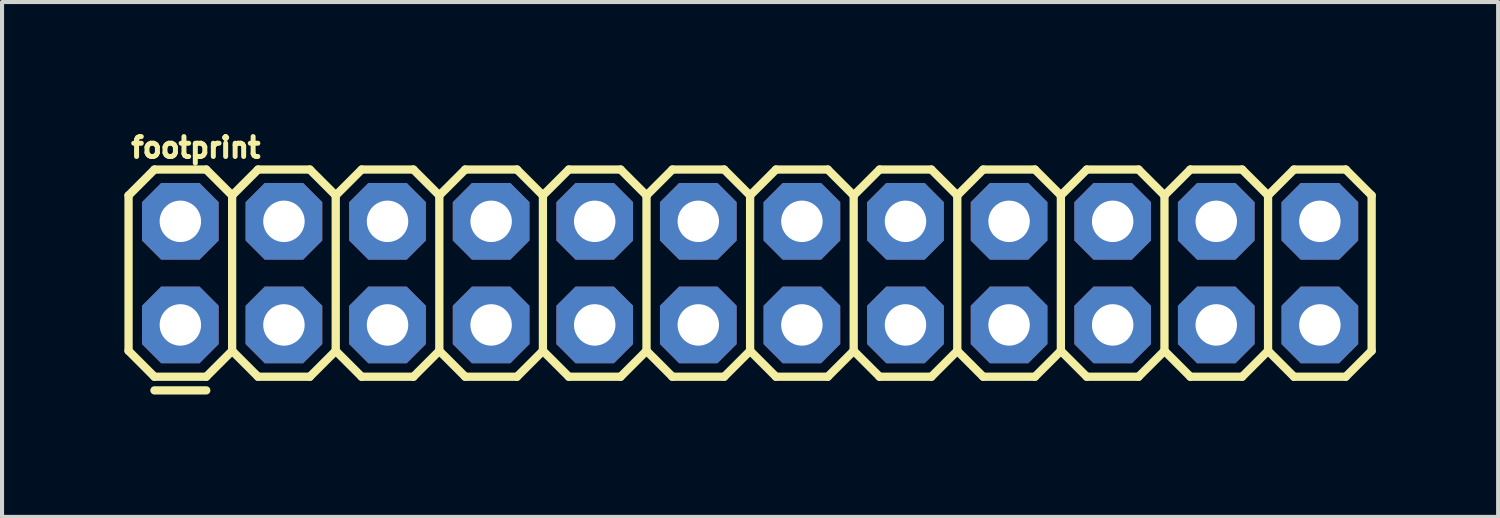
<source format=kicad_pcb>
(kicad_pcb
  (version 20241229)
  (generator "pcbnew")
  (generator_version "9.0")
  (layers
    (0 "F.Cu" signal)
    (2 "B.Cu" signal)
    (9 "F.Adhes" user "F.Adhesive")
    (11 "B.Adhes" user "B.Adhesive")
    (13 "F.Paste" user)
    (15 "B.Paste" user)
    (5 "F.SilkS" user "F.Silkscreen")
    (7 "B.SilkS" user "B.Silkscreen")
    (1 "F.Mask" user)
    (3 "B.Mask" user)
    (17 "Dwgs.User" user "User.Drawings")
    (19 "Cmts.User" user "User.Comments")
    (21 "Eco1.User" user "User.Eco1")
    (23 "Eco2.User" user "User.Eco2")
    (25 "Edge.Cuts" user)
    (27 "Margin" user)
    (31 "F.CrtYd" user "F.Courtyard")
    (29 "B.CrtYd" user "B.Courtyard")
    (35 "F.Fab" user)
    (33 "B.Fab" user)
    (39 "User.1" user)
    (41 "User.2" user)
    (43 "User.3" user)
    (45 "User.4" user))
  (footprint "footprint"
    (layer "F.Cu")
    (at 1.372 4.917)
    (property "Reference" "footprint" (at -1.27 -4.064 0) (layer "F.SilkS") (effects (font (size 0.488 0.488) (thickness 0.122)) (justify left bottom)))
    (fp_line (start -1.27 -3.175) (end -0.635 -3.81) (stroke (width 0.203) (type solid)) (layer "F.SilkS"))
    (fp_line (start -1.27 0.635) (end -1.27 -3.175) (stroke (width 0.203) (type solid)) (layer "F.SilkS"))
    (fp_line (start -1.27 0.635) (end -0.635 1.27) (stroke (width 0.203) (type solid)) (layer "F.SilkS"))
    (fp_line (start -0.635 -3.81) (end 0.635 -3.81) (stroke (width 0.203) (type solid)) (layer "F.SilkS"))
    (fp_line (start -0.635 1.27) (end 0.635 1.27) (stroke (width 0.203) (type solid)) (layer "F.SilkS"))
    (fp_line (start 0.635 -3.81) (end 1.27 -3.175) (stroke (width 0.203) (type solid)) (layer "F.SilkS"))
    (fp_line (start 0.635 1.27) (end 1.27 0.635) (stroke (width 0.203) (type solid)) (layer "F.SilkS"))
    (fp_line (start 0.635 1.605) (end -0.635 1.605) (stroke (width 0.203) (type solid)) (layer "F.SilkS"))
    (fp_line (start 1.27 -3.175) (end 1.27 0.635) (stroke (width 0.203) (type solid)) (layer "F.SilkS"))
    (fp_line (start 1.27 -3.175) (end 1.905 -3.81) (stroke (width 0.203) (type solid)) (layer "F.SilkS"))
    (fp_line (start 1.27 0.635) (end 1.905 1.27) (stroke (width 0.203) (type solid)) (layer "F.SilkS"))
    (fp_line (start 1.905 -3.81) (end 3.175 -3.81) (stroke (width 0.203) (type solid)) (layer "F.SilkS"))
    (fp_line (start 1.905 1.27) (end 3.175 1.27) (stroke (width 0.203) (type solid)) (layer "F.SilkS"))
    (fp_line (start 3.175 -3.81) (end 3.81 -3.175) (stroke (width 0.203) (type solid)) (layer "F.SilkS"))
    (fp_line (start 3.175 1.27) (end 3.81 0.635) (stroke (width 0.203) (type solid)) (layer "F.SilkS"))
    (fp_line (start 3.81 -3.175) (end 3.81 0.635) (stroke (width 0.203) (type solid)) (layer "F.SilkS"))
    (fp_line (start 3.81 -3.175) (end 4.445 -3.81) (stroke (width 0.203) (type solid)) (layer "F.SilkS"))
    (fp_line (start 3.81 0.635) (end 4.445 1.27) (stroke (width 0.203) (type solid)) (layer "F.SilkS"))
    (fp_line (start 4.445 -3.81) (end 5.715 -3.81) (stroke (width 0.203) (type solid)) (layer "F.SilkS"))
    (fp_line (start 4.445 1.27) (end 5.715 1.27) (stroke (width 0.203) (type solid)) (layer "F.SilkS"))
    (fp_line (start 5.715 -3.81) (end 6.35 -3.175) (stroke (width 0.203) (type solid)) (layer "F.SilkS"))
    (fp_line (start 5.715 1.27) (end 6.35 0.635) (stroke (width 0.203) (type solid)) (layer "F.SilkS"))
    (fp_line (start 6.35 -3.175) (end 6.985 -3.81) (stroke (width 0.203) (type solid)) (layer "F.SilkS"))
    (fp_line (start 6.35 0.635) (end 6.35 -3.175) (stroke (width 0.203) (type solid)) (layer "F.SilkS"))
    (fp_line (start 6.35 0.635) (end 6.985 1.27) (stroke (width 0.203) (type solid)) (layer "F.SilkS"))
    (fp_line (start 6.985 -3.81) (end 8.255 -3.81) (stroke (width 0.203) (type solid)) (layer "F.SilkS"))
    (fp_line (start 6.985 1.27) (end 8.255 1.27) (stroke (width 0.203) (type solid)) (layer "F.SilkS"))
    (fp_line (start 8.255 -3.81) (end 8.89 -3.175) (stroke (width 0.203) (type solid)) (layer "F.SilkS"))
    (fp_line (start 8.255 1.27) (end 8.89 0.635) (stroke (width 0.203) (type solid)) (layer "F.SilkS"))
    (fp_line (start 8.89 -3.175) (end 8.89 0.635) (stroke (width 0.203) (type solid)) (layer "F.SilkS"))
    (fp_line (start 8.89 -3.175) (end 9.525 -3.81) (stroke (width 0.203) (type solid)) (layer "F.SilkS"))
    (fp_line (start 8.89 0.635) (end 9.525 1.27) (stroke (width 0.203) (type solid)) (layer "F.SilkS"))
    (fp_line (start 9.525 -3.81) (end 10.795 -3.81) (stroke (width 0.203) (type solid)) (layer "F.SilkS"))
    (fp_line (start 9.525 1.27) (end 10.795 1.27) (stroke (width 0.203) (type solid)) (layer "F.SilkS"))
    (fp_line (start 10.795 -3.81) (end 11.43 -3.175) (stroke (width 0.203) (type solid)) (layer "F.SilkS"))
    (fp_line (start 10.795 1.27) (end 11.43 0.635) (stroke (width 0.203) (type solid)) (layer "F.SilkS"))
    (fp_line (start 11.43 -3.175) (end 11.43 0.635) (stroke (width 0.203) (type solid)) (layer "F.SilkS"))
    (fp_line (start 11.43 -3.175) (end 12.065 -3.81) (stroke (width 0.203) (type solid)) (layer "F.SilkS"))
    (fp_line (start 11.43 0.635) (end 12.065 1.27) (stroke (width 0.203) (type solid)) (layer "F.SilkS"))
    (fp_line (start 12.065 -3.81) (end 13.335 -3.81) (stroke (width 0.203) (type solid)) (layer "F.SilkS"))
    (fp_line (start 12.065 1.27) (end 13.335 1.27) (stroke (width 0.203) (type solid)) (layer "F.SilkS"))
    (fp_line (start 13.335 -3.81) (end 13.97 -3.175) (stroke (width 0.203) (type solid)) (layer "F.SilkS"))
    (fp_line (start 13.335 1.27) (end 13.97 0.635) (stroke (width 0.203) (type solid)) (layer "F.SilkS"))
    (fp_line (start 13.97 -3.175) (end 14.605 -3.81) (stroke (width 0.203) (type solid)) (layer "F.SilkS"))
    (fp_line (start 13.97 0.635) (end 13.97 -3.175) (stroke (width 0.203) (type solid)) (layer "F.SilkS"))
    (fp_line (start 13.97 0.635) (end 14.605 1.27) (stroke (width 0.203) (type solid)) (layer "F.SilkS"))
    (fp_line (start 14.605 -3.81) (end 15.875 -3.81) (stroke (width 0.203) (type solid)) (layer "F.SilkS"))
    (fp_line (start 14.605 1.27) (end 15.875 1.27) (stroke (width 0.203) (type solid)) (layer "F.SilkS"))
    (fp_line (start 15.875 -3.81) (end 16.51 -3.175) (stroke (width 0.203) (type solid)) (layer "F.SilkS"))
    (fp_line (start 15.875 1.27) (end 16.51 0.635) (stroke (width 0.203) (type solid)) (layer "F.SilkS"))
    (fp_line (start 16.51 -3.175) (end 16.51 0.635) (stroke (width 0.203) (type solid)) (layer "F.SilkS"))
    (fp_line (start 16.51 -3.175) (end 17.145 -3.81) (stroke (width 0.203) (type solid)) (layer "F.SilkS"))
    (fp_line (start 16.51 0.635) (end 17.145 1.27) (stroke (width 0.203) (type solid)) (layer "F.SilkS"))
    (fp_line (start 17.145 -3.81) (end 18.415 -3.81) (stroke (width 0.203) (type solid)) (layer "F.SilkS"))
    (fp_line (start 17.145 1.27) (end 18.415 1.27) (stroke (width 0.203) (type solid)) (layer "F.SilkS"))
    (fp_line (start 18.415 -3.81) (end 19.05 -3.175) (stroke (width 0.203) (type solid)) (layer "F.SilkS"))
    (fp_line (start 18.415 1.27) (end 19.05 0.635) (stroke (width 0.203) (type solid)) (layer "F.SilkS"))
    (fp_line (start 19.05 -3.175) (end 19.05 0.635) (stroke (width 0.203) (type solid)) (layer "F.SilkS"))
    (fp_line (start 19.05 -3.175) (end 19.685 -3.81) (stroke (width 0.203) (type solid)) (layer "F.SilkS"))
    (fp_line (start 19.05 0.635) (end 19.685 1.27) (stroke (width 0.203) (type solid)) (layer "F.SilkS"))
    (fp_line (start 19.685 -3.81) (end 20.955 -3.81) (stroke (width 0.203) (type solid)) (layer "F.SilkS"))
    (fp_line (start 19.685 1.27) (end 20.955 1.27) (stroke (width 0.203) (type solid)) (layer "F.SilkS"))
    (fp_line (start 20.955 -3.81) (end 21.59 -3.175) (stroke (width 0.203) (type solid)) (layer "F.SilkS"))
    (fp_line (start 20.955 1.27) (end 21.59 0.635) (stroke (width 0.203) (type solid)) (layer "F.SilkS"))
    (fp_line (start 21.59 -3.175) (end 22.225 -3.81) (stroke (width 0.203) (type solid)) (layer "F.SilkS"))
    (fp_line (start 21.59 0.635) (end 21.59 -3.175) (stroke (width 0.203) (type solid)) (layer "F.SilkS"))
    (fp_line (start 21.59 0.635) (end 22.225 1.27) (stroke (width 0.203) (type solid)) (layer "F.SilkS"))
    (fp_line (start 22.225 -3.81) (end 23.495 -3.81) (stroke (width 0.203) (type solid)) (layer "F.SilkS"))
    (fp_line (start 22.225 1.27) (end 23.495 1.27) (stroke (width 0.203) (type solid)) (layer "F.SilkS"))
    (fp_line (start 23.495 -3.81) (end 24.13 -3.175) (stroke (width 0.203) (type solid)) (layer "F.SilkS"))
    (fp_line (start 23.495 1.27) (end 24.13 0.635) (stroke (width 0.203) (type solid)) (layer "F.SilkS"))
    (fp_line (start 24.13 -3.175) (end 24.13 0.635) (stroke (width 0.203) (type solid)) (layer "F.SilkS"))
    (fp_line (start 24.13 -3.175) (end 24.765 -3.81) (stroke (width 0.203) (type solid)) (layer "F.SilkS"))
    (fp_line (start 24.13 0.635) (end 24.765 1.27) (stroke (width 0.203) (type solid)) (layer "F.SilkS"))
    (fp_line (start 24.765 -3.81) (end 26.035 -3.81) (stroke (width 0.203) (type solid)) (layer "F.SilkS"))
    (fp_line (start 24.765 1.27) (end 26.035 1.27) (stroke (width 0.203) (type solid)) (layer "F.SilkS"))
    (fp_line (start 26.035 -3.81) (end 26.67 -3.175) (stroke (width 0.203) (type solid)) (layer "F.SilkS"))
    (fp_line (start 26.035 1.27) (end 26.67 0.635) (stroke (width 0.203) (type solid)) (layer "F.SilkS"))
    (fp_line (start 26.67 -3.175) (end 26.67 0.635) (stroke (width 0.203) (type solid)) (layer "F.SilkS"))
    (fp_line (start 26.67 -3.175) (end 27.305 -3.81) (stroke (width 0.203) (type solid)) (layer "F.SilkS"))
    (fp_line (start 26.67 0.635) (end 27.305 1.27) (stroke (width 0.203) (type solid)) (layer "F.SilkS"))
    (fp_line (start 27.305 -3.81) (end 28.575 -3.81) (stroke (width 0.203) (type solid)) (layer "F.SilkS"))
    (fp_line (start 27.305 1.27) (end 28.575 1.27) (stroke (width 0.203) (type solid)) (layer "F.SilkS"))
    (fp_line (start 28.575 -3.81) (end 29.21 -3.175) (stroke (width 0.203) (type solid)) (layer "F.SilkS"))
    (fp_line (start 28.575 1.27) (end 29.21 0.635) (stroke (width 0.203) (type solid)) (layer "F.SilkS"))
    (fp_line (start 29.21 -3.175) (end 29.21 0.635) (stroke (width 0.203) (type solid)) (layer "F.SilkS"))
    (fp_poly (pts (xy -0.254 -2.286) (xy 0.254 -2.286) (xy 0.254 -2.794) (xy -0.254 -2.794)) (stroke (width 0.1) (type solid)) (fill no) (layer "F.Fab"))
    (fp_poly (pts (xy -0.254 0.254) (xy 0.254 0.254) (xy 0.254 -0.254) (xy -0.254 -0.254)) (stroke (width 0.1) (type solid)) (fill no) (layer "F.Fab"))
    (fp_poly (pts (xy 2.286 -2.286) (xy 2.794 -2.286) (xy 2.794 -2.794) (xy 2.286 -2.794)) (stroke (width 0.1) (type solid)) (fill no) (layer "F.Fab"))
    (fp_poly (pts (xy 2.286 0.254) (xy 2.794 0.254) (xy 2.794 -0.254) (xy 2.286 -0.254)) (stroke (width 0.1) (type solid)) (fill no) (layer "F.Fab"))
    (fp_poly (pts (xy 4.826 -2.286) (xy 5.334 -2.286) (xy 5.334 -2.794) (xy 4.826 -2.794)) (stroke (width 0.1) (type solid)) (fill no) (layer "F.Fab"))
    (fp_poly (pts (xy 4.826 0.254) (xy 5.334 0.254) (xy 5.334 -0.254) (xy 4.826 -0.254)) (stroke (width 0.1) (type solid)) (fill no) (layer "F.Fab"))
    (fp_poly (pts (xy 7.366 -2.286) (xy 7.874 -2.286) (xy 7.874 -2.794) (xy 7.366 -2.794)) (stroke (width 0.1) (type solid)) (fill no) (layer "F.Fab"))
    (fp_poly (pts (xy 7.366 0.254) (xy 7.874 0.254) (xy 7.874 -0.254) (xy 7.366 -0.254)) (stroke (width 0.1) (type solid)) (fill no) (layer "F.Fab"))
    (fp_poly (pts (xy 9.906 -2.286) (xy 10.414 -2.286) (xy 10.414 -2.794) (xy 9.906 -2.794)) (stroke (width 0.1) (type solid)) (fill no) (layer "F.Fab"))
    (fp_poly (pts (xy 9.906 0.254) (xy 10.414 0.254) (xy 10.414 -0.254) (xy 9.906 -0.254)) (stroke (width 0.1) (type solid)) (fill no) (layer "F.Fab"))
    (fp_poly (pts (xy 12.446 -2.286) (xy 12.954 -2.286) (xy 12.954 -2.794) (xy 12.446 -2.794)) (stroke (width 0.1) (type solid)) (fill no) (layer "F.Fab"))
    (fp_poly (pts (xy 12.446 0.254) (xy 12.954 0.254) (xy 12.954 -0.254) (xy 12.446 -0.254)) (stroke (width 0.1) (type solid)) (fill no) (layer "F.Fab"))
    (fp_poly (pts (xy 14.986 -2.286) (xy 15.494 -2.286) (xy 15.494 -2.794) (xy 14.986 -2.794)) (stroke (width 0.1) (type solid)) (fill no) (layer "F.Fab"))
    (fp_poly (pts (xy 14.986 0.254) (xy 15.494 0.254) (xy 15.494 -0.254) (xy 14.986 -0.254)) (stroke (width 0.1) (type solid)) (fill no) (layer "F.Fab"))
    (fp_poly (pts (xy 17.526 -2.286) (xy 18.034 -2.286) (xy 18.034 -2.794) (xy 17.526 -2.794)) (stroke (width 0.1) (type solid)) (fill no) (layer "F.Fab"))
    (fp_poly (pts (xy 17.526 0.254) (xy 18.034 0.254) (xy 18.034 -0.254) (xy 17.526 -0.254)) (stroke (width 0.1) (type solid)) (fill no) (layer "F.Fab"))
    (fp_poly (pts (xy 20.066 -2.286) (xy 20.574 -2.286) (xy 20.574 -2.794) (xy 20.066 -2.794)) (stroke (width 0.1) (type solid)) (fill no) (layer "F.Fab"))
    (fp_poly (pts (xy 20.066 0.254) (xy 20.574 0.254) (xy 20.574 -0.254) (xy 20.066 -0.254)) (stroke (width 0.1) (type solid)) (fill no) (layer "F.Fab"))
    (fp_poly (pts (xy 22.606 -2.286) (xy 23.114 -2.286) (xy 23.114 -2.794) (xy 22.606 -2.794)) (stroke (width 0.1) (type solid)) (fill no) (layer "F.Fab"))
    (fp_poly (pts (xy 22.606 0.254) (xy 23.114 0.254) (xy 23.114 -0.254) (xy 22.606 -0.254)) (stroke (width 0.1) (type solid)) (fill no) (layer "F.Fab"))
    (fp_poly (pts (xy 25.146 -2.286) (xy 25.654 -2.286) (xy 25.654 -2.794) (xy 25.146 -2.794)) (stroke (width 0.1) (type solid)) (fill no) (layer "F.Fab"))
    (fp_poly (pts (xy 25.146 0.254) (xy 25.654 0.254) (xy 25.654 -0.254) (xy 25.146 -0.254)) (stroke (width 0.1) (type solid)) (fill no) (layer "F.Fab"))
    (fp_poly (pts (xy 27.686 -2.286) (xy 28.194 -2.286) (xy 28.194 -2.794) (xy 27.686 -2.794)) (stroke (width 0.1) (type solid)) (fill no) (layer "F.Fab"))
    (fp_poly (pts (xy 27.686 0.254) (xy 28.194 0.254) (xy 28.194 -0.254) (xy 27.686 -0.254)) (stroke (width 0.1) (type solid)) (fill no) (layer "F.Fab"))
    (pad "1" thru_hole roundrect (at 0 0) (size 1.88 1.88) (drill 1.016) (layers "*.Cu" "*.Mask") (roundrect_rratio 0.25) (chamfer_ratio 0.25) (chamfer top_left top_right bottom_left bottom_right))
    (pad "2" thru_hole roundrect (at 0 -2.54) (size 1.88 1.88) (drill 1.016) (layers "*.Cu" "*.Mask") (roundrect_rratio 0.25) (chamfer_ratio 0.25) (chamfer top_left top_right bottom_left bottom_right))
    (pad "3" thru_hole roundrect (at 2.54 0) (size 1.88 1.88) (drill 1.016) (layers "*.Cu" "*.Mask") (roundrect_rratio 0.25) (chamfer_ratio 0.25) (chamfer top_left top_right bottom_left bottom_right))
    (pad "4" thru_hole roundrect (at 2.54 -2.54) (size 1.88 1.88) (drill 1.016) (layers "*.Cu" "*.Mask") (roundrect_rratio 0.25) (chamfer_ratio 0.25) (chamfer top_left top_right bottom_left bottom_right))
    (pad "5" thru_hole roundrect (at 5.08 0) (size 1.88 1.88) (drill 1.016) (layers "*.Cu" "*.Mask") (roundrect_rratio 0.25) (chamfer_ratio 0.25) (chamfer top_left top_right bottom_left bottom_right))
    (pad "6" thru_hole roundrect (at 5.08 -2.54) (size 1.88 1.88) (drill 1.016) (layers "*.Cu" "*.Mask") (roundrect_rratio 0.25) (chamfer_ratio 0.25) (chamfer top_left top_right bottom_left bottom_right))
    (pad "7" thru_hole roundrect (at 7.62 0) (size 1.88 1.88) (drill 1.016) (layers "*.Cu" "*.Mask") (roundrect_rratio 0.25) (chamfer_ratio 0.25) (chamfer top_left top_right bottom_left bottom_right))
    (pad "8" thru_hole roundrect (at 7.62 -2.54) (size 1.88 1.88) (drill 1.016) (layers "*.Cu" "*.Mask") (roundrect_rratio 0.25) (chamfer_ratio 0.25) (chamfer top_left top_right bottom_left bottom_right))
    (pad "9" thru_hole roundrect (at 10.16 0) (size 1.88 1.88) (drill 1.016) (layers "*.Cu" "*.Mask") (roundrect_rratio 0.25) (chamfer_ratio 0.25) (chamfer top_left top_right bottom_left bottom_right))
    (pad "10" thru_hole roundrect (at 10.16 -2.54) (size 1.88 1.88) (drill 1.016) (layers "*.Cu" "*.Mask") (roundrect_rratio 0.25) (chamfer_ratio 0.25) (chamfer top_left top_right bottom_left bottom_right))
    (pad "11" thru_hole roundrect (at 12.7 0) (size 1.88 1.88) (drill 1.016) (layers "*.Cu" "*.Mask") (roundrect_rratio 0.25) (chamfer_ratio 0.25) (chamfer top_left top_right bottom_left bottom_right))
    (pad "12" thru_hole roundrect (at 12.7 -2.54) (size 1.88 1.88) (drill 1.016) (layers "*.Cu" "*.Mask") (roundrect_rratio 0.25) (chamfer_ratio 0.25) (chamfer top_left top_right bottom_left bottom_right))
    (pad "13" thru_hole roundrect (at 15.24 0) (size 1.88 1.88) (drill 1.016) (layers "*.Cu" "*.Mask") (roundrect_rratio 0.25) (chamfer_ratio 0.25) (chamfer top_left top_right bottom_left bottom_right))
    (pad "14" thru_hole roundrect (at 15.24 -2.54) (size 1.88 1.88) (drill 1.016) (layers "*.Cu" "*.Mask") (roundrect_rratio 0.25) (chamfer_ratio 0.25) (chamfer top_left top_right bottom_left bottom_right))
    (pad "15" thru_hole roundrect (at 17.78 0) (size 1.88 1.88) (drill 1.016) (layers "*.Cu" "*.Mask") (roundrect_rratio 0.25) (chamfer_ratio 0.25) (chamfer top_left top_right bottom_left bottom_right))
    (pad "16" thru_hole roundrect (at 17.78 -2.54) (size 1.88 1.88) (drill 1.016) (layers "*.Cu" "*.Mask") (roundrect_rratio 0.25) (chamfer_ratio 0.25) (chamfer top_left top_right bottom_left bottom_right))
    (pad "17" thru_hole roundrect (at 20.32 0) (size 1.88 1.88) (drill 1.016) (layers "*.Cu" "*.Mask") (roundrect_rratio 0.25) (chamfer_ratio 0.25) (chamfer top_left top_right bottom_left bottom_right))
    (pad "18" thru_hole roundrect (at 20.32 -2.54) (size 1.88 1.88) (drill 1.016) (layers "*.Cu" "*.Mask") (roundrect_rratio 0.25) (chamfer_ratio 0.25) (chamfer top_left top_right bottom_left bottom_right))
    (pad "19" thru_hole roundrect (at 22.86 0) (size 1.88 1.88) (drill 1.016) (layers "*.Cu" "*.Mask") (roundrect_rratio 0.25) (chamfer_ratio 0.25) (chamfer top_left top_right bottom_left bottom_right))
    (pad "20" thru_hole roundrect (at 22.86 -2.54) (size 1.88 1.88) (drill 1.016) (layers "*.Cu" "*.Mask") (roundrect_rratio 0.25) (chamfer_ratio 0.25) (chamfer top_left top_right bottom_left bottom_right))
    (pad "21" thru_hole roundrect (at 25.4 0) (size 1.88 1.88) (drill 1.016) (layers "*.Cu" "*.Mask") (roundrect_rratio 0.25) (chamfer_ratio 0.25) (chamfer top_left top_right bottom_left bottom_right))
    (pad "22" thru_hole roundrect (at 25.4 -2.54) (size 1.88 1.88) (drill 1.016) (layers "*.Cu" "*.Mask") (roundrect_rratio 0.25) (chamfer_ratio 0.25) (chamfer top_left top_right bottom_left bottom_right))
    (pad "23" thru_hole roundrect (at 27.94 0) (size 1.88 1.88) (drill 1.016) (layers "*.Cu" "*.Mask") (roundrect_rratio 0.25) (chamfer_ratio 0.25) (chamfer top_left top_right bottom_left bottom_right))
    (pad "24" thru_hole roundrect (at 27.94 -2.54) (size 1.88 1.88) (drill 1.016) (layers "*.Cu" "*.Mask") (roundrect_rratio 0.25) (chamfer_ratio 0.25) (chamfer top_left top_right bottom_left bottom_right)))
  (gr_rect
    (start -3 -3)
    (end 33.683 9.624)
    (stroke (width 0.1) (type default))
    (fill no)
    (layer "Edge.Cuts")))
</source>
